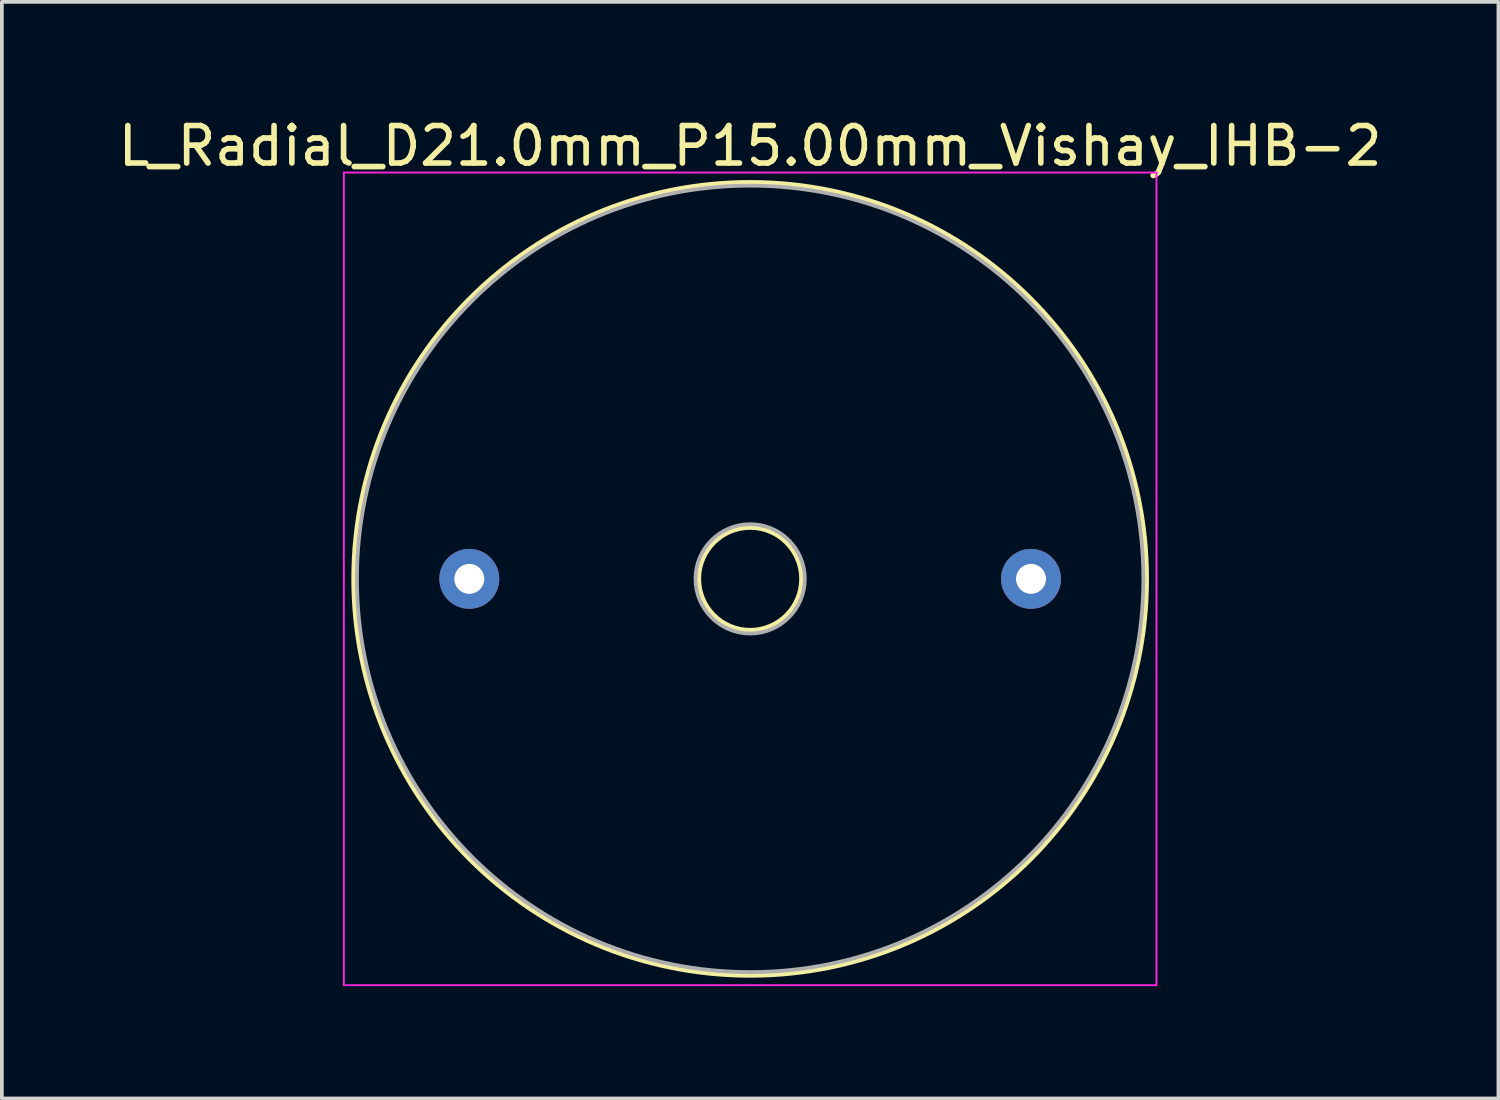
<source format=kicad_pcb>
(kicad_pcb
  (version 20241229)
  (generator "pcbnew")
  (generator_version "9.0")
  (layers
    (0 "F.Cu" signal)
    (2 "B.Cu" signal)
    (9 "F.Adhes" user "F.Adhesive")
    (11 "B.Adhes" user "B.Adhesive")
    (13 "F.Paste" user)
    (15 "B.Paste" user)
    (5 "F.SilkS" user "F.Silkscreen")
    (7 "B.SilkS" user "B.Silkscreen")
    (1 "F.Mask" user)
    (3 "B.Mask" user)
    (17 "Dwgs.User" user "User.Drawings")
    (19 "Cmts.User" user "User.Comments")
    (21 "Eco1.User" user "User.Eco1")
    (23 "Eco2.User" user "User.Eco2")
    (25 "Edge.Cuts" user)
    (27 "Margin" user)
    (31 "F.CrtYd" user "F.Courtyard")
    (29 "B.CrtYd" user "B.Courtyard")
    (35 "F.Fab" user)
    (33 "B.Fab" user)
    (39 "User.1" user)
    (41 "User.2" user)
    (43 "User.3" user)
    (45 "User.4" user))
  (footprint "L_Radial_D21.0mm_P15.00mm_Vishay_IHB-2"
    (layer "F.Cu")
    (at 9.482 12.408)
    (property "Reference" "L_Radial_D21.0mm_P15.00mm_Vishay_IHB-2" (at 7.5 -11.56 0) (layer "F.SilkS") (effects (font (size 1 1) (thickness 0.15))))
    (attr through_hole)
    (fp_circle (center 7.5 0) (end 8.87 0) (stroke (width 0.12) (type solid)) (fill no) (layer "F.SilkS"))
    (fp_circle (center 7.5 0) (end 18.09 0) (stroke (width 0.12) (type solid)) (fill no) (layer "F.SilkS"))
    (fp_line (start -3.35 -10.85) (end -3.35 10.85) (stroke (width 0.05) (type solid)) (layer "F.CrtYd"))
    (fp_line (start -3.35 10.85) (end 18.35 10.85) (stroke (width 0.05) (type solid)) (layer "F.CrtYd"))
    (fp_line (start 18.35 -10.85) (end -3.35 -10.85) (stroke (width 0.05) (type solid)) (layer "F.CrtYd"))
    (fp_line (start 18.35 10.85) (end 18.35 -10.85) (stroke (width 0.05) (type solid)) (layer "F.CrtYd"))
    (fp_circle (center 7.5 0) (end 8.96 0) (stroke (width 0.1) (type solid)) (fill no) (layer "F.Fab"))
    (fp_circle (center 7.5 0) (end 18 0) (stroke (width 0.1) (type solid)) (fill no) (layer "F.Fab"))
    (pad "1" thru_hole circle (at 0 0) (size 1.6 1.6) (drill 0.8) (layers "*.Cu" "*.Mask"))
    (pad "2" thru_hole circle (at 15 0) (size 1.6 1.6) (drill 0.8) (layers "*.Cu" "*.Mask")))
  (gr_rect
    (start -3 -3)
    (end 36.964 26.283)
    (stroke (width 0.1) (type default))
    (fill no)
    (layer "Edge.Cuts")))
</source>
